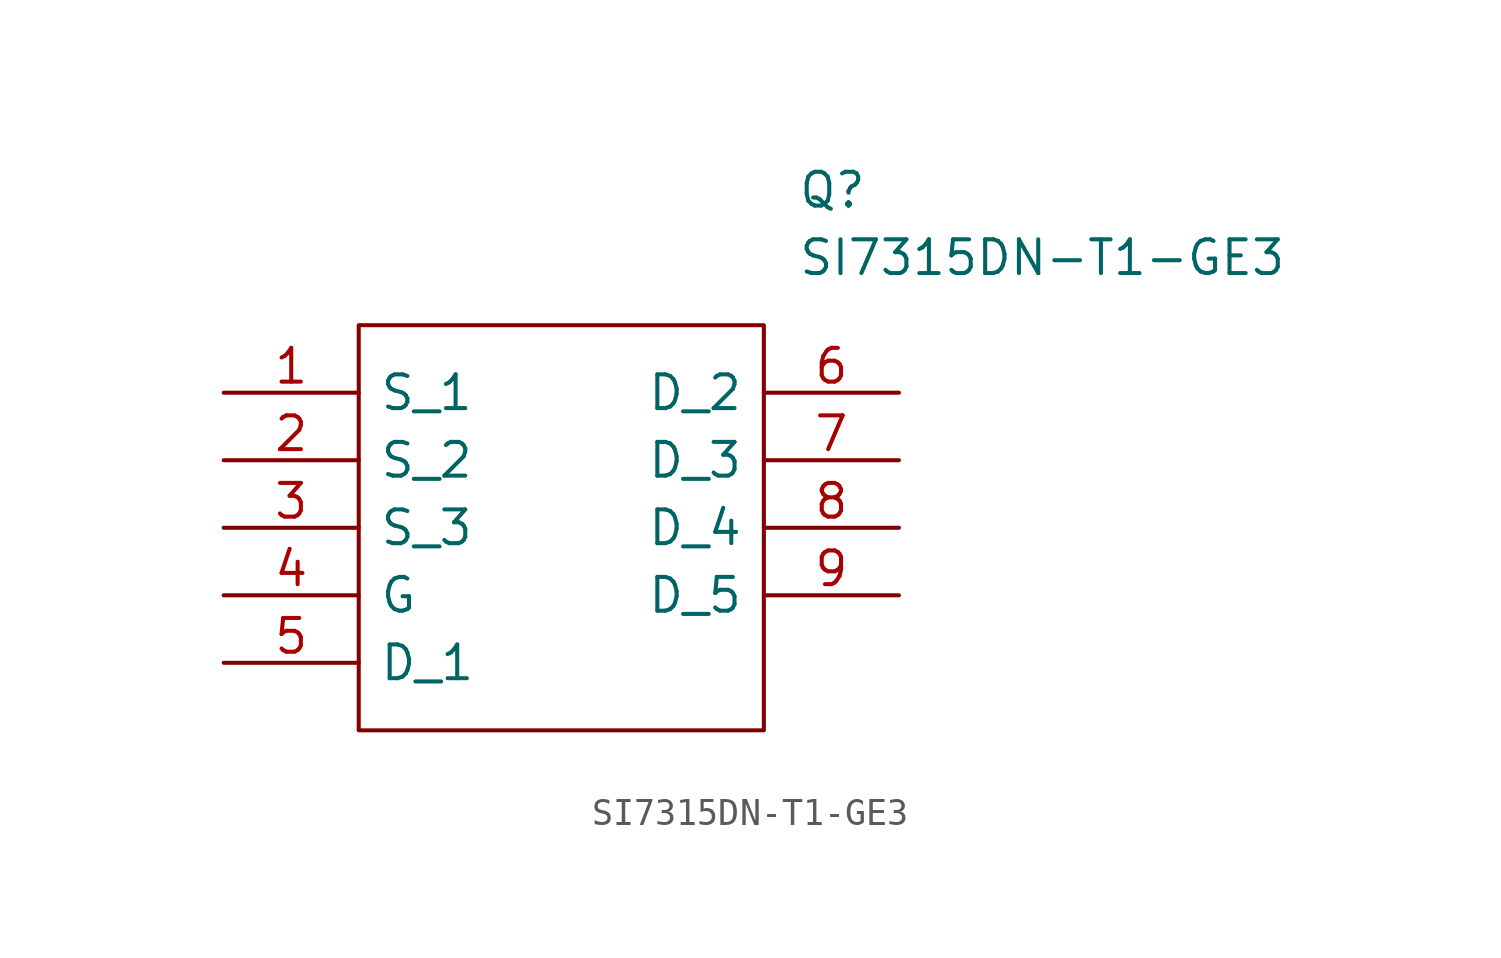
<source format=kicad_sym>
(kicad_symbol_lib
  (version 20211014)
  (generator kicad_symbol_editor)
  (symbol "SI7315DN-T1-GE3"
    (pin_names
      (offset 0.762))
    (property "Reference" "Q"
      (at 21.59 7.62 0)
      (effects (font (size 1.27 1.27)) (justify left)))
    (property "Value" "SI7315DN-T1-GE3"
      (at 21.59 5.08 0)
      (effects (font (size 1.27 1.27)) (justify left)))
    (symbol "SI7315DN-T1-GE3_0_0"
      (pin passive line (at 0 0 0) (length 5.08) (name "S_1" (effects (font (size 1.27 1.27)))) (number "1" (effects (font (size 1.27 1.27)))))
      (pin passive line (at 0 -2.54 0) (length 5.08) (name "S_2" (effects (font (size 1.27 1.27)))) (number "2" (effects (font (size 1.27 1.27)))))
      (pin passive line (at 0 -5.08 0) (length 5.08) (name "S_3" (effects (font (size 1.27 1.27)))) (number "3" (effects (font (size 1.27 1.27)))))
      (pin passive line (at 0 -7.62 0) (length 5.08) (name "G" (effects (font (size 1.27 1.27)))) (number "4" (effects (font (size 1.27 1.27)))))
      (pin passive line (at 0 -10.16 0) (length 5.08) (name "D_1" (effects (font (size 1.27 1.27)))) (number "5" (effects (font (size 1.27 1.27)))))
      (pin passive line (at 25.4 0 180) (length 5.08) (name "D_2" (effects (font (size 1.27 1.27)))) (number "6" (effects (font (size 1.27 1.27)))))
      (pin passive line (at 25.4 -2.54 180) (length 5.08) (name "D_3" (effects (font (size 1.27 1.27)))) (number "7" (effects (font (size 1.27 1.27)))))
      (pin passive line (at 25.4 -5.08 180) (length 5.08) (name "D_4" (effects (font (size 1.27 1.27)))) (number "8" (effects (font (size 1.27 1.27)))))
      (pin passive line (at 25.4 -7.62 180) (length 5.08) (name "D_5" (effects (font (size 1.27 1.27)))) (number "9" (effects (font (size 1.27 1.27))))))
    (symbol "SI7315DN-T1-GE3_0_1"
      (polyline (pts (xy 5.08 2.54) (xy 20.32 2.54) (xy 20.32 -12.7) (xy 5.08 -12.7) (xy 5.08 2.54)) (stroke (width 0.152) (type default) (color 0 0 0 0)) (fill (type none))))))
</source>
